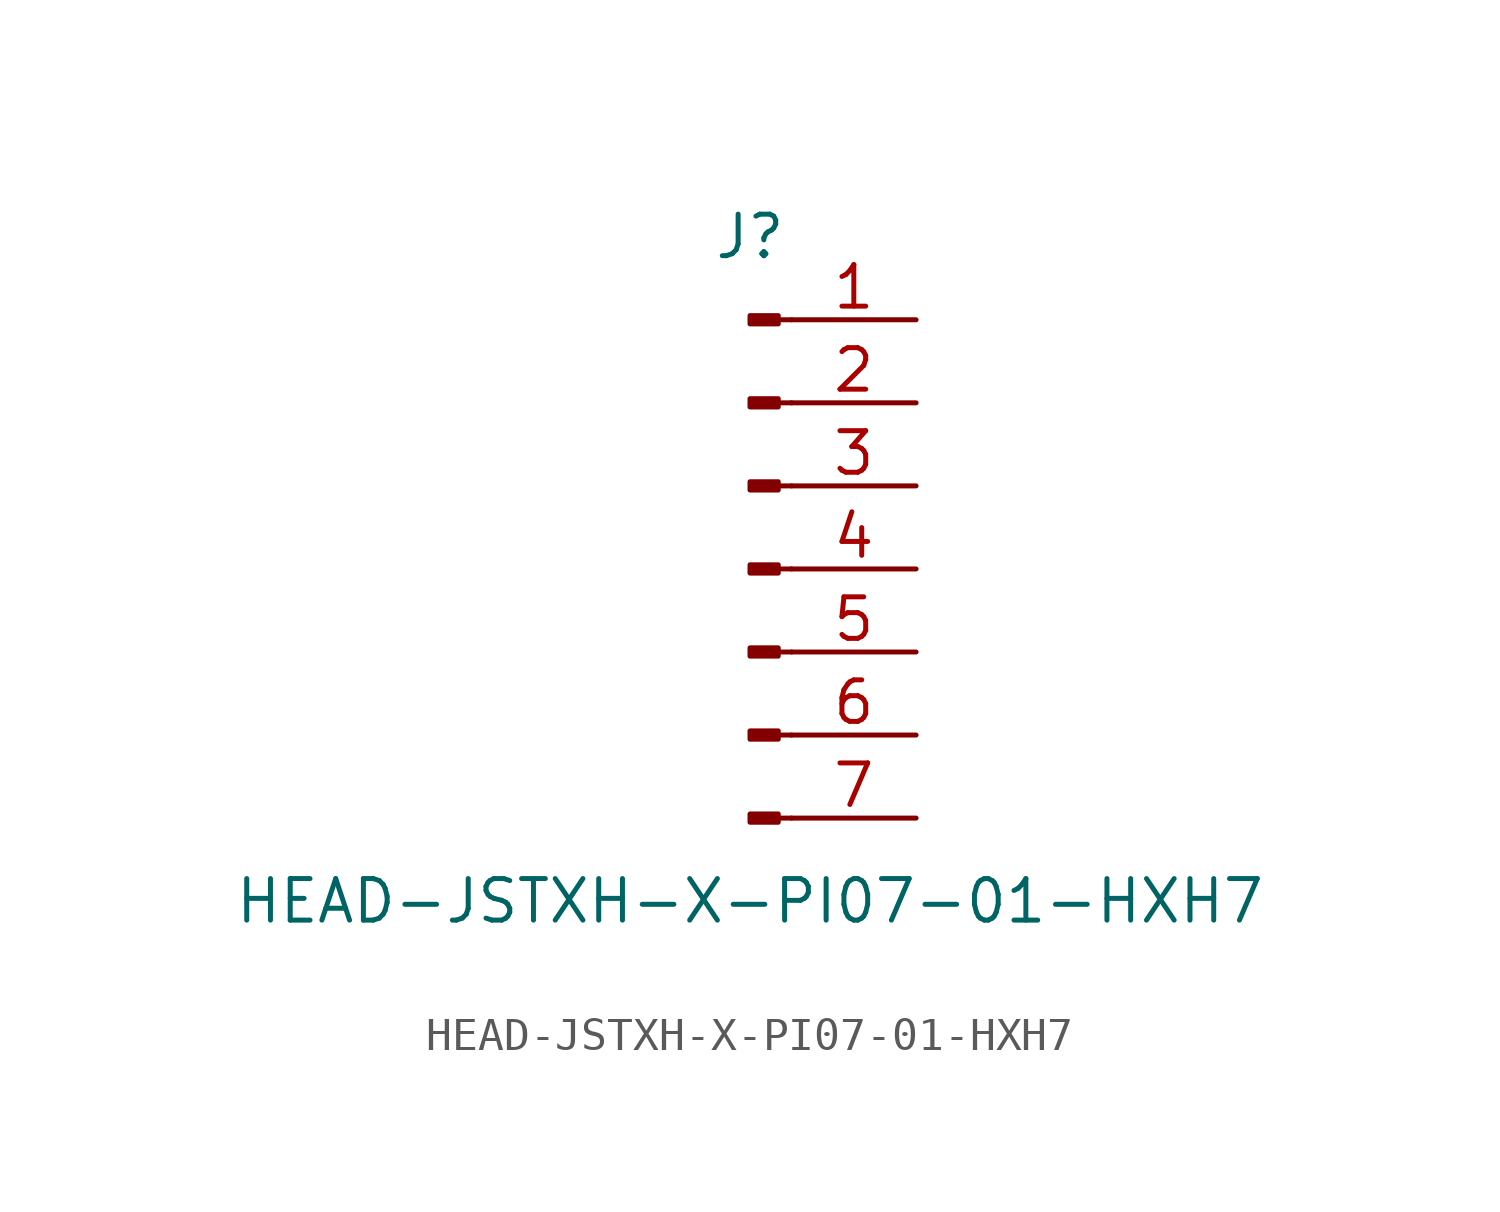
<source format=kicad_sym>
(kicad_symbol_lib
  (version 20211014)
  (generator kicad_symbol_editor)
  (symbol "HEAD-JSTXH-X-PI07-01-HXH7"
    (pin_names
      (offset 1.016) hide)
    (property "Reference" "J"
      (at 0 10.16 0)
      (effects (font (size 1.27 1.27))))
    (property "Value" "HEAD-JSTXH-X-PI07-01-HXH7"
      (at 0 -10.16 0)
      (effects (font (size 1.27 1.27))))
    (symbol "HEAD-JSTXH-X-PI07-01-HXH7_1_1"
      (polyline (pts (xy 1.27 -7.62) (xy 0.864 -7.62)) (stroke (width 0.152) (type default) (color 0 0 0 0)) (fill (type none)))
      (polyline (pts (xy 1.27 -5.08) (xy 0.864 -5.08)) (stroke (width 0.152) (type default) (color 0 0 0 0)) (fill (type none)))
      (polyline (pts (xy 1.27 -2.54) (xy 0.864 -2.54)) (stroke (width 0.152) (type default) (color 0 0 0 0)) (fill (type none)))
      (polyline (pts (xy 1.27 0) (xy 0.864 0)) (stroke (width 0.152) (type default) (color 0 0 0 0)) (fill (type none)))
      (polyline (pts (xy 1.27 2.54) (xy 0.864 2.54)) (stroke (width 0.152) (type default) (color 0 0 0 0)) (fill (type none)))
      (polyline (pts (xy 1.27 5.08) (xy 0.864 5.08)) (stroke (width 0.152) (type default) (color 0 0 0 0)) (fill (type none)))
      (polyline (pts (xy 1.27 7.62) (xy 0.864 7.62)) (stroke (width 0.152) (type default) (color 0 0 0 0)) (fill (type none)))
      (rectangle (start 0.864 -7.493) (end 0 -7.747) (stroke (width 0.152) (type default) (color 0 0 0 0)) (fill (type outline)))
      (rectangle (start 0.864 -4.953) (end 0 -5.207) (stroke (width 0.152) (type default) (color 0 0 0 0)) (fill (type outline)))
      (rectangle (start 0.864 -2.413) (end 0 -2.667) (stroke (width 0.152) (type default) (color 0 0 0 0)) (fill (type outline)))
      (rectangle (start 0.864 0.127) (end 0 -0.127) (stroke (width 0.152) (type default) (color 0 0 0 0)) (fill (type outline)))
      (rectangle (start 0.864 2.667) (end 0 2.413) (stroke (width 0.152) (type default) (color 0 0 0 0)) (fill (type outline)))
      (rectangle (start 0.864 5.207) (end 0 4.953) (stroke (width 0.152) (type default) (color 0 0 0 0)) (fill (type outline)))
      (rectangle (start 0.864 7.747) (end 0 7.493) (stroke (width 0.152) (type default) (color 0 0 0 0)) (fill (type outline)))
      (pin passive line (at 5.08 7.62 180) (length 3.81) (name "Pin_1" (effects (font (size 1.27 1.27)))) (number "1" (effects (font (size 1.27 1.27)))))
      (pin passive line (at 5.08 5.08 180) (length 3.81) (name "Pin_2" (effects (font (size 1.27 1.27)))) (number "2" (effects (font (size 1.27 1.27)))))
      (pin passive line (at 5.08 2.54 180) (length 3.81) (name "Pin_3" (effects (font (size 1.27 1.27)))) (number "3" (effects (font (size 1.27 1.27)))))
      (pin passive line (at 5.08 0 180) (length 3.81) (name "Pin_4" (effects (font (size 1.27 1.27)))) (number "4" (effects (font (size 1.27 1.27)))))
      (pin passive line (at 5.08 -2.54 180) (length 3.81) (name "Pin_5" (effects (font (size 1.27 1.27)))) (number "5" (effects (font (size 1.27 1.27)))))
      (pin passive line (at 5.08 -5.08 180) (length 3.81) (name "Pin_6" (effects (font (size 1.27 1.27)))) (number "6" (effects (font (size 1.27 1.27)))))
      (pin passive line (at 5.08 -7.62 180) (length 3.81) (name "Pin_7" (effects (font (size 1.27 1.27)))) (number "7" (effects (font (size 1.27 1.27))))))))
</source>
